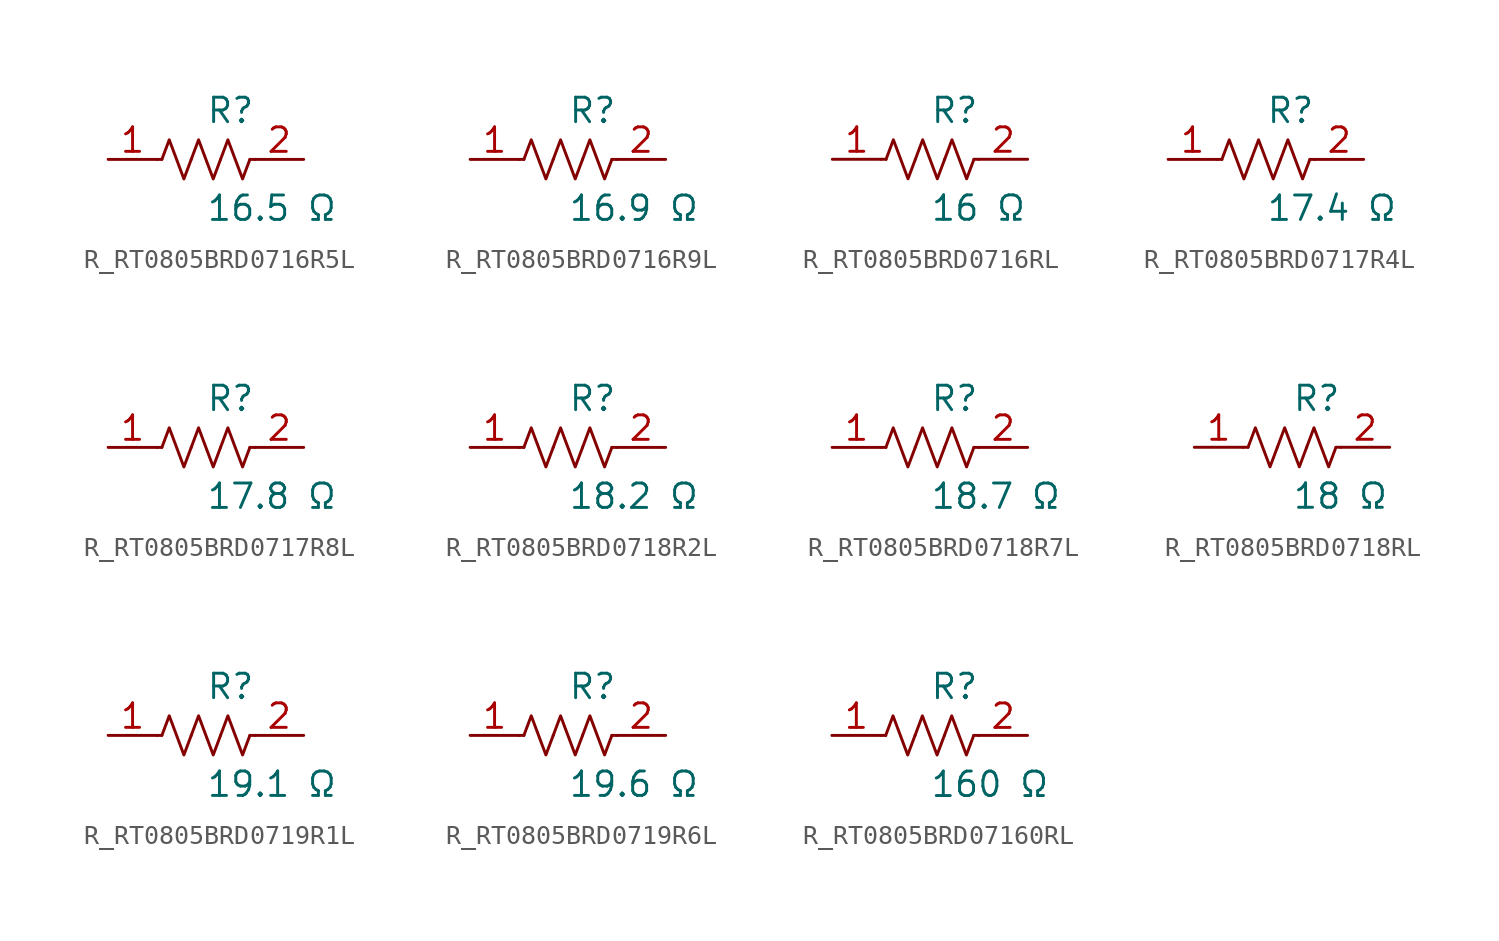
<source format=kicad_sym>
(kicad_symbol_lib
  (version 20231120)
  (generator kicad_symbol_editor)
  (generator_version 8.0)
  (symbol "R_RT0805BRD0716R5L"
    (pin_names
      (offset 0.254))
    (property "Reference" "R"
      (at 0.0 2.54 0)
      (effects (font (size 1.27 1.27)) (justify left)))
    (property "Value" "16.5 Ω"
      (at 0.0 -2.54 0)
      (effects (font (size 1.27 1.27)) (justify left)))
    (symbol "R_RT0805BRD0716R5L_0_1"
      (polyline (pts (xy 2.286 0) (xy 2.54 0)) (stroke (width 0) (type default)) (fill (type none)))
      (polyline (pts (xy -2.286 0) (xy -2.54 0)) (stroke (width 0) (type default)) (fill (type none)))
      (polyline (pts (xy 0.762 0) (xy 1.143 1.016) (xy 1.524 0) (xy 1.905 -1.016) (xy 2.286 0)) (stroke (width 0) (type default)) (fill (type none)))
      (polyline (pts (xy -0.762 0) (xy -0.381 1.016) (xy 0 0) (xy 0.381 -1.016) (xy 0.762 0)) (stroke (width 0) (type default)) (fill (type none)))
      (polyline (pts (xy -2.286 0) (xy -1.905 1.016) (xy -1.524 0) (xy -1.143 -1.016) (xy -0.762 0)) (stroke (width 0) (type default)) (fill (type none))))
    (pin unspecified line
      (at -5.08 0 0)
      (length 2.54)
      (name "" (effects (font (size 1.27 1.27))))
      (number "1" (effects (font (size 1.27 1.27)))))
    (pin unspecified line
      (at 5.08 0 180)
      (length 2.54)
      (name "" (effects (font (size 1.27 1.27))))
      (number "2" (effects (font (size 1.27 1.27))))))
  (symbol "R_RT0805BRD0716R9L"
    (pin_names
      (offset 0.254))
    (property "Reference" "R"
      (at 0.0 2.54 0)
      (effects (font (size 1.27 1.27)) (justify left)))
    (property "Value" "16.9 Ω"
      (at 0.0 -2.54 0)
      (effects (font (size 1.27 1.27)) (justify left)))
    (symbol "R_RT0805BRD0716R9L_0_1"
      (polyline (pts (xy 2.286 0) (xy 2.54 0)) (stroke (width 0) (type default)) (fill (type none)))
      (polyline (pts (xy -2.286 0) (xy -2.54 0)) (stroke (width 0) (type default)) (fill (type none)))
      (polyline (pts (xy 0.762 0) (xy 1.143 1.016) (xy 1.524 0) (xy 1.905 -1.016) (xy 2.286 0)) (stroke (width 0) (type default)) (fill (type none)))
      (polyline (pts (xy -0.762 0) (xy -0.381 1.016) (xy 0 0) (xy 0.381 -1.016) (xy 0.762 0)) (stroke (width 0) (type default)) (fill (type none)))
      (polyline (pts (xy -2.286 0) (xy -1.905 1.016) (xy -1.524 0) (xy -1.143 -1.016) (xy -0.762 0)) (stroke (width 0) (type default)) (fill (type none))))
    (pin unspecified line
      (at -5.08 0 0)
      (length 2.54)
      (name "" (effects (font (size 1.27 1.27))))
      (number "1" (effects (font (size 1.27 1.27)))))
    (pin unspecified line
      (at 5.08 0 180)
      (length 2.54)
      (name "" (effects (font (size 1.27 1.27))))
      (number "2" (effects (font (size 1.27 1.27))))))
  (symbol "R_RT0805BRD0716RL"
    (pin_names
      (offset 0.254))
    (property "Reference" "R"
      (at 0.0 2.54 0)
      (effects (font (size 1.27 1.27)) (justify left)))
    (property "Value" "16 Ω"
      (at 0.0 -2.54 0)
      (effects (font (size 1.27 1.27)) (justify left)))
    (symbol "R_RT0805BRD0716RL_0_1"
      (polyline (pts (xy 2.286 0) (xy 2.54 0)) (stroke (width 0) (type default)) (fill (type none)))
      (polyline (pts (xy -2.286 0) (xy -2.54 0)) (stroke (width 0) (type default)) (fill (type none)))
      (polyline (pts (xy 0.762 0) (xy 1.143 1.016) (xy 1.524 0) (xy 1.905 -1.016) (xy 2.286 0)) (stroke (width 0) (type default)) (fill (type none)))
      (polyline (pts (xy -0.762 0) (xy -0.381 1.016) (xy 0 0) (xy 0.381 -1.016) (xy 0.762 0)) (stroke (width 0) (type default)) (fill (type none)))
      (polyline (pts (xy -2.286 0) (xy -1.905 1.016) (xy -1.524 0) (xy -1.143 -1.016) (xy -0.762 0)) (stroke (width 0) (type default)) (fill (type none))))
    (pin unspecified line
      (at -5.08 0 0)
      (length 2.54)
      (name "" (effects (font (size 1.27 1.27))))
      (number "1" (effects (font (size 1.27 1.27)))))
    (pin unspecified line
      (at 5.08 0 180)
      (length 2.54)
      (name "" (effects (font (size 1.27 1.27))))
      (number "2" (effects (font (size 1.27 1.27))))))
  (symbol "R_RT0805BRD0717R4L"
    (pin_names
      (offset 0.254))
    (property "Reference" "R"
      (at 0.0 2.54 0)
      (effects (font (size 1.27 1.27)) (justify left)))
    (property "Value" "17.4 Ω"
      (at 0.0 -2.54 0)
      (effects (font (size 1.27 1.27)) (justify left)))
    (symbol "R_RT0805BRD0717R4L_0_1"
      (polyline (pts (xy 2.286 0) (xy 2.54 0)) (stroke (width 0) (type default)) (fill (type none)))
      (polyline (pts (xy -2.286 0) (xy -2.54 0)) (stroke (width 0) (type default)) (fill (type none)))
      (polyline (pts (xy 0.762 0) (xy 1.143 1.016) (xy 1.524 0) (xy 1.905 -1.016) (xy 2.286 0)) (stroke (width 0) (type default)) (fill (type none)))
      (polyline (pts (xy -0.762 0) (xy -0.381 1.016) (xy 0 0) (xy 0.381 -1.016) (xy 0.762 0)) (stroke (width 0) (type default)) (fill (type none)))
      (polyline (pts (xy -2.286 0) (xy -1.905 1.016) (xy -1.524 0) (xy -1.143 -1.016) (xy -0.762 0)) (stroke (width 0) (type default)) (fill (type none))))
    (pin unspecified line
      (at -5.08 0 0)
      (length 2.54)
      (name "" (effects (font (size 1.27 1.27))))
      (number "1" (effects (font (size 1.27 1.27)))))
    (pin unspecified line
      (at 5.08 0 180)
      (length 2.54)
      (name "" (effects (font (size 1.27 1.27))))
      (number "2" (effects (font (size 1.27 1.27))))))
  (symbol "R_RT0805BRD0717R8L"
    (pin_names
      (offset 0.254))
    (property "Reference" "R"
      (at 0.0 2.54 0)
      (effects (font (size 1.27 1.27)) (justify left)))
    (property "Value" "17.8 Ω"
      (at 0.0 -2.54 0)
      (effects (font (size 1.27 1.27)) (justify left)))
    (symbol "R_RT0805BRD0717R8L_0_1"
      (polyline (pts (xy 2.286 0) (xy 2.54 0)) (stroke (width 0) (type default)) (fill (type none)))
      (polyline (pts (xy -2.286 0) (xy -2.54 0)) (stroke (width 0) (type default)) (fill (type none)))
      (polyline (pts (xy 0.762 0) (xy 1.143 1.016) (xy 1.524 0) (xy 1.905 -1.016) (xy 2.286 0)) (stroke (width 0) (type default)) (fill (type none)))
      (polyline (pts (xy -0.762 0) (xy -0.381 1.016) (xy 0 0) (xy 0.381 -1.016) (xy 0.762 0)) (stroke (width 0) (type default)) (fill (type none)))
      (polyline (pts (xy -2.286 0) (xy -1.905 1.016) (xy -1.524 0) (xy -1.143 -1.016) (xy -0.762 0)) (stroke (width 0) (type default)) (fill (type none))))
    (pin unspecified line
      (at -5.08 0 0)
      (length 2.54)
      (name "" (effects (font (size 1.27 1.27))))
      (number "1" (effects (font (size 1.27 1.27)))))
    (pin unspecified line
      (at 5.08 0 180)
      (length 2.54)
      (name "" (effects (font (size 1.27 1.27))))
      (number "2" (effects (font (size 1.27 1.27))))))
  (symbol "R_RT0805BRD0718R2L"
    (pin_names
      (offset 0.254))
    (property "Reference" "R"
      (at 0.0 2.54 0)
      (effects (font (size 1.27 1.27)) (justify left)))
    (property "Value" "18.2 Ω"
      (at 0.0 -2.54 0)
      (effects (font (size 1.27 1.27)) (justify left)))
    (symbol "R_RT0805BRD0718R2L_0_1"
      (polyline (pts (xy 2.286 0) (xy 2.54 0)) (stroke (width 0) (type default)) (fill (type none)))
      (polyline (pts (xy -2.286 0) (xy -2.54 0)) (stroke (width 0) (type default)) (fill (type none)))
      (polyline (pts (xy 0.762 0) (xy 1.143 1.016) (xy 1.524 0) (xy 1.905 -1.016) (xy 2.286 0)) (stroke (width 0) (type default)) (fill (type none)))
      (polyline (pts (xy -0.762 0) (xy -0.381 1.016) (xy 0 0) (xy 0.381 -1.016) (xy 0.762 0)) (stroke (width 0) (type default)) (fill (type none)))
      (polyline (pts (xy -2.286 0) (xy -1.905 1.016) (xy -1.524 0) (xy -1.143 -1.016) (xy -0.762 0)) (stroke (width 0) (type default)) (fill (type none))))
    (pin unspecified line
      (at -5.08 0 0)
      (length 2.54)
      (name "" (effects (font (size 1.27 1.27))))
      (number "1" (effects (font (size 1.27 1.27)))))
    (pin unspecified line
      (at 5.08 0 180)
      (length 2.54)
      (name "" (effects (font (size 1.27 1.27))))
      (number "2" (effects (font (size 1.27 1.27))))))
  (symbol "R_RT0805BRD0718R7L"
    (pin_names
      (offset 0.254))
    (property "Reference" "R"
      (at 0.0 2.54 0)
      (effects (font (size 1.27 1.27)) (justify left)))
    (property "Value" "18.7 Ω"
      (at 0.0 -2.54 0)
      (effects (font (size 1.27 1.27)) (justify left)))
    (symbol "R_RT0805BRD0718R7L_0_1"
      (polyline (pts (xy 2.286 0) (xy 2.54 0)) (stroke (width 0) (type default)) (fill (type none)))
      (polyline (pts (xy -2.286 0) (xy -2.54 0)) (stroke (width 0) (type default)) (fill (type none)))
      (polyline (pts (xy 0.762 0) (xy 1.143 1.016) (xy 1.524 0) (xy 1.905 -1.016) (xy 2.286 0)) (stroke (width 0) (type default)) (fill (type none)))
      (polyline (pts (xy -0.762 0) (xy -0.381 1.016) (xy 0 0) (xy 0.381 -1.016) (xy 0.762 0)) (stroke (width 0) (type default)) (fill (type none)))
      (polyline (pts (xy -2.286 0) (xy -1.905 1.016) (xy -1.524 0) (xy -1.143 -1.016) (xy -0.762 0)) (stroke (width 0) (type default)) (fill (type none))))
    (pin unspecified line
      (at -5.08 0 0)
      (length 2.54)
      (name "" (effects (font (size 1.27 1.27))))
      (number "1" (effects (font (size 1.27 1.27)))))
    (pin unspecified line
      (at 5.08 0 180)
      (length 2.54)
      (name "" (effects (font (size 1.27 1.27))))
      (number "2" (effects (font (size 1.27 1.27))))))
  (symbol "R_RT0805BRD0718RL"
    (pin_names
      (offset 0.254))
    (property "Reference" "R"
      (at 0.0 2.54 0)
      (effects (font (size 1.27 1.27)) (justify left)))
    (property "Value" "18 Ω"
      (at 0.0 -2.54 0)
      (effects (font (size 1.27 1.27)) (justify left)))
    (symbol "R_RT0805BRD0718RL_0_1"
      (polyline (pts (xy 2.286 0) (xy 2.54 0)) (stroke (width 0) (type default)) (fill (type none)))
      (polyline (pts (xy -2.286 0) (xy -2.54 0)) (stroke (width 0) (type default)) (fill (type none)))
      (polyline (pts (xy 0.762 0) (xy 1.143 1.016) (xy 1.524 0) (xy 1.905 -1.016) (xy 2.286 0)) (stroke (width 0) (type default)) (fill (type none)))
      (polyline (pts (xy -0.762 0) (xy -0.381 1.016) (xy 0 0) (xy 0.381 -1.016) (xy 0.762 0)) (stroke (width 0) (type default)) (fill (type none)))
      (polyline (pts (xy -2.286 0) (xy -1.905 1.016) (xy -1.524 0) (xy -1.143 -1.016) (xy -0.762 0)) (stroke (width 0) (type default)) (fill (type none))))
    (pin unspecified line
      (at -5.08 0 0)
      (length 2.54)
      (name "" (effects (font (size 1.27 1.27))))
      (number "1" (effects (font (size 1.27 1.27)))))
    (pin unspecified line
      (at 5.08 0 180)
      (length 2.54)
      (name "" (effects (font (size 1.27 1.27))))
      (number "2" (effects (font (size 1.27 1.27))))))
  (symbol "R_RT0805BRD0719R1L"
    (pin_names
      (offset 0.254))
    (property "Reference" "R"
      (at 0.0 2.54 0)
      (effects (font (size 1.27 1.27)) (justify left)))
    (property "Value" "19.1 Ω"
      (at 0.0 -2.54 0)
      (effects (font (size 1.27 1.27)) (justify left)))
    (symbol "R_RT0805BRD0719R1L_0_1"
      (polyline (pts (xy 2.286 0) (xy 2.54 0)) (stroke (width 0) (type default)) (fill (type none)))
      (polyline (pts (xy -2.286 0) (xy -2.54 0)) (stroke (width 0) (type default)) (fill (type none)))
      (polyline (pts (xy 0.762 0) (xy 1.143 1.016) (xy 1.524 0) (xy 1.905 -1.016) (xy 2.286 0)) (stroke (width 0) (type default)) (fill (type none)))
      (polyline (pts (xy -0.762 0) (xy -0.381 1.016) (xy 0 0) (xy 0.381 -1.016) (xy 0.762 0)) (stroke (width 0) (type default)) (fill (type none)))
      (polyline (pts (xy -2.286 0) (xy -1.905 1.016) (xy -1.524 0) (xy -1.143 -1.016) (xy -0.762 0)) (stroke (width 0) (type default)) (fill (type none))))
    (pin unspecified line
      (at -5.08 0 0)
      (length 2.54)
      (name "" (effects (font (size 1.27 1.27))))
      (number "1" (effects (font (size 1.27 1.27)))))
    (pin unspecified line
      (at 5.08 0 180)
      (length 2.54)
      (name "" (effects (font (size 1.27 1.27))))
      (number "2" (effects (font (size 1.27 1.27))))))
  (symbol "R_RT0805BRD0719R6L"
    (pin_names
      (offset 0.254))
    (property "Reference" "R"
      (at 0.0 2.54 0)
      (effects (font (size 1.27 1.27)) (justify left)))
    (property "Value" "19.6 Ω"
      (at 0.0 -2.54 0)
      (effects (font (size 1.27 1.27)) (justify left)))
    (symbol "R_RT0805BRD0719R6L_0_1"
      (polyline (pts (xy 2.286 0) (xy 2.54 0)) (stroke (width 0) (type default)) (fill (type none)))
      (polyline (pts (xy -2.286 0) (xy -2.54 0)) (stroke (width 0) (type default)) (fill (type none)))
      (polyline (pts (xy 0.762 0) (xy 1.143 1.016) (xy 1.524 0) (xy 1.905 -1.016) (xy 2.286 0)) (stroke (width 0) (type default)) (fill (type none)))
      (polyline (pts (xy -0.762 0) (xy -0.381 1.016) (xy 0 0) (xy 0.381 -1.016) (xy 0.762 0)) (stroke (width 0) (type default)) (fill (type none)))
      (polyline (pts (xy -2.286 0) (xy -1.905 1.016) (xy -1.524 0) (xy -1.143 -1.016) (xy -0.762 0)) (stroke (width 0) (type default)) (fill (type none))))
    (pin unspecified line
      (at -5.08 0 0)
      (length 2.54)
      (name "" (effects (font (size 1.27 1.27))))
      (number "1" (effects (font (size 1.27 1.27)))))
    (pin unspecified line
      (at 5.08 0 180)
      (length 2.54)
      (name "" (effects (font (size 1.27 1.27))))
      (number "2" (effects (font (size 1.27 1.27))))))
  (symbol "R_RT0805BRD07160RL"
    (pin_names
      (offset 0.254))
    (property "Reference" "R"
      (at 0.0 2.54 0)
      (effects (font (size 1.27 1.27)) (justify left)))
    (property "Value" "160 Ω"
      (at 0.0 -2.54 0)
      (effects (font (size 1.27 1.27)) (justify left)))
    (symbol "R_RT0805BRD07160RL_0_1"
      (polyline (pts (xy 2.286 0) (xy 2.54 0)) (stroke (width 0) (type default)) (fill (type none)))
      (polyline (pts (xy -2.286 0) (xy -2.54 0)) (stroke (width 0) (type default)) (fill (type none)))
      (polyline (pts (xy 0.762 0) (xy 1.143 1.016) (xy 1.524 0) (xy 1.905 -1.016) (xy 2.286 0)) (stroke (width 0) (type default)) (fill (type none)))
      (polyline (pts (xy -0.762 0) (xy -0.381 1.016) (xy 0 0) (xy 0.381 -1.016) (xy 0.762 0)) (stroke (width 0) (type default)) (fill (type none)))
      (polyline (pts (xy -2.286 0) (xy -1.905 1.016) (xy -1.524 0) (xy -1.143 -1.016) (xy -0.762 0)) (stroke (width 0) (type default)) (fill (type none))))
    (pin unspecified line
      (at -5.08 0 0)
      (length 2.54)
      (name "" (effects (font (size 1.27 1.27))))
      (number "1" (effects (font (size 1.27 1.27)))))
    (pin unspecified line
      (at 5.08 0 180)
      (length 2.54)
      (name "" (effects (font (size 1.27 1.27))))
      (number "2" (effects (font (size 1.27 1.27)))))))
</source>
